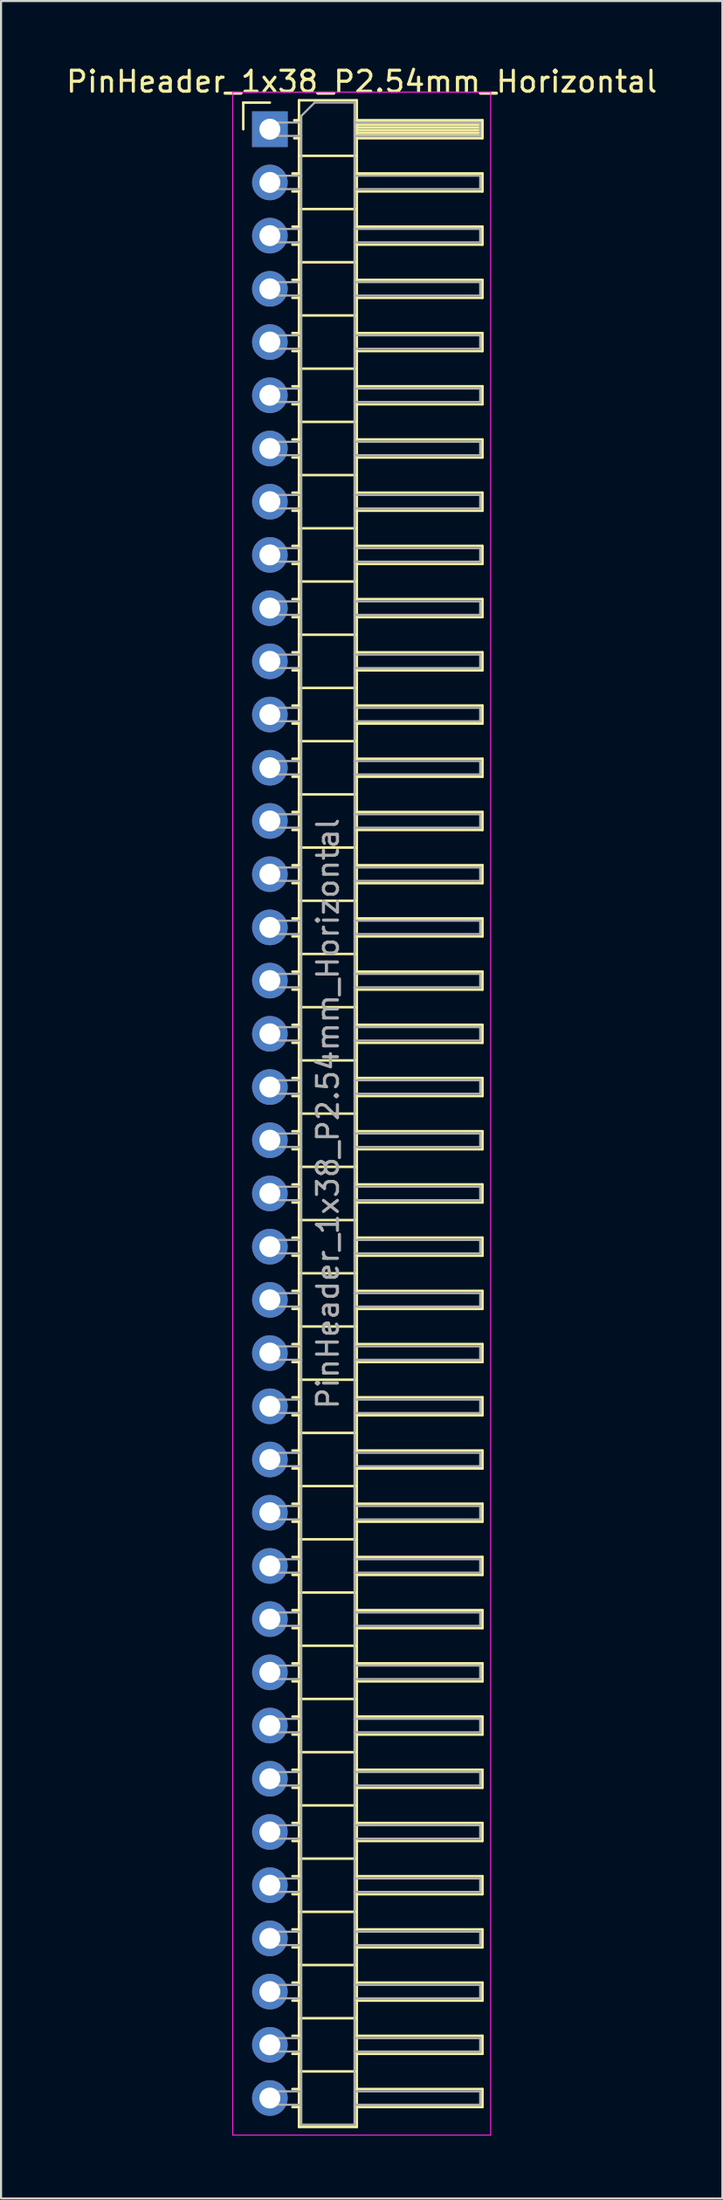
<source format=kicad_pcb>
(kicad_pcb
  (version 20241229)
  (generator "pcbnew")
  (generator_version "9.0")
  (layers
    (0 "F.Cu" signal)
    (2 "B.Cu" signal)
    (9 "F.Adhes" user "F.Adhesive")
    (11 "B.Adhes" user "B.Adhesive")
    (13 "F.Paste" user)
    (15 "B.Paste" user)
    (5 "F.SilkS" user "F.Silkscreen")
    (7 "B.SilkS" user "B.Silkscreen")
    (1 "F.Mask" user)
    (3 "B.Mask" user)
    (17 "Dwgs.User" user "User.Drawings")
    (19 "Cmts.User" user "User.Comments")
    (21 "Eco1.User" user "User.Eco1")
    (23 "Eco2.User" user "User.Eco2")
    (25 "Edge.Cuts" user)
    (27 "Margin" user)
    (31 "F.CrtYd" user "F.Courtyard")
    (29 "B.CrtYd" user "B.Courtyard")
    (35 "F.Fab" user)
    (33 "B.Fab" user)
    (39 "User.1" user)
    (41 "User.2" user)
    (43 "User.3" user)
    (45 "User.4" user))
  (footprint "PinHeader_1x38_P2.54mm_Horizontal"
    (layer "F.Cu")
    (at 9.835 3.118)
    (property "Reference" "PinHeader_1x38_P2.54mm_Horizontal" (at 4.385 -2.27 0) (layer "F.SilkS") (effects (font (size 1 1) (thickness 0.15))))
    (attr through_hole)
    (fp_line (start -1.27 -1.27) (end 0 -1.27) (stroke (width 0.12) (type solid)) (layer "F.SilkS"))
    (fp_line (start -1.27 0) (end -1.27 -1.27) (stroke (width 0.12) (type solid)) (layer "F.SilkS"))
    (fp_line (start 1.077 2.11) (end 1.39 2.11) (stroke (width 0.12) (type solid)) (layer "F.SilkS"))
    (fp_line (start 1.077 2.97) (end 1.39 2.97) (stroke (width 0.12) (type solid)) (layer "F.SilkS"))
    (fp_line (start 1.077 4.65) (end 1.39 4.65) (stroke (width 0.12) (type solid)) (layer "F.SilkS"))
    (fp_line (start 1.077 5.51) (end 1.39 5.51) (stroke (width 0.12) (type solid)) (layer "F.SilkS"))
    (fp_line (start 1.077 7.19) (end 1.39 7.19) (stroke (width 0.12) (type solid)) (layer "F.SilkS"))
    (fp_line (start 1.077 8.05) (end 1.39 8.05) (stroke (width 0.12) (type solid)) (layer "F.SilkS"))
    (fp_line (start 1.077 9.73) (end 1.39 9.73) (stroke (width 0.12) (type solid)) (layer "F.SilkS"))
    (fp_line (start 1.077 10.59) (end 1.39 10.59) (stroke (width 0.12) (type solid)) (layer "F.SilkS"))
    (fp_line (start 1.077 12.27) (end 1.39 12.27) (stroke (width 0.12) (type solid)) (layer "F.SilkS"))
    (fp_line (start 1.077 13.13) (end 1.39 13.13) (stroke (width 0.12) (type solid)) (layer "F.SilkS"))
    (fp_line (start 1.077 14.81) (end 1.39 14.81) (stroke (width 0.12) (type solid)) (layer "F.SilkS"))
    (fp_line (start 1.077 15.67) (end 1.39 15.67) (stroke (width 0.12) (type solid)) (layer "F.SilkS"))
    (fp_line (start 1.077 17.35) (end 1.39 17.35) (stroke (width 0.12) (type solid)) (layer "F.SilkS"))
    (fp_line (start 1.077 18.21) (end 1.39 18.21) (stroke (width 0.12) (type solid)) (layer "F.SilkS"))
    (fp_line (start 1.077 19.89) (end 1.39 19.89) (stroke (width 0.12) (type solid)) (layer "F.SilkS"))
    (fp_line (start 1.077 20.75) (end 1.39 20.75) (stroke (width 0.12) (type solid)) (layer "F.SilkS"))
    (fp_line (start 1.077 22.43) (end 1.39 22.43) (stroke (width 0.12) (type solid)) (layer "F.SilkS"))
    (fp_line (start 1.077 23.29) (end 1.39 23.29) (stroke (width 0.12) (type solid)) (layer "F.SilkS"))
    (fp_line (start 1.077 24.97) (end 1.39 24.97) (stroke (width 0.12) (type solid)) (layer "F.SilkS"))
    (fp_line (start 1.077 25.83) (end 1.39 25.83) (stroke (width 0.12) (type solid)) (layer "F.SilkS"))
    (fp_line (start 1.077 27.51) (end 1.39 27.51) (stroke (width 0.12) (type solid)) (layer "F.SilkS"))
    (fp_line (start 1.077 28.37) (end 1.39 28.37) (stroke (width 0.12) (type solid)) (layer "F.SilkS"))
    (fp_line (start 1.077 30.05) (end 1.39 30.05) (stroke (width 0.12) (type solid)) (layer "F.SilkS"))
    (fp_line (start 1.077 30.91) (end 1.39 30.91) (stroke (width 0.12) (type solid)) (layer "F.SilkS"))
    (fp_line (start 1.077 32.59) (end 1.39 32.59) (stroke (width 0.12) (type solid)) (layer "F.SilkS"))
    (fp_line (start 1.077 33.45) (end 1.39 33.45) (stroke (width 0.12) (type solid)) (layer "F.SilkS"))
    (fp_line (start 1.077 35.13) (end 1.39 35.13) (stroke (width 0.12) (type solid)) (layer "F.SilkS"))
    (fp_line (start 1.077 35.99) (end 1.39 35.99) (stroke (width 0.12) (type solid)) (layer "F.SilkS"))
    (fp_line (start 1.077 37.67) (end 1.39 37.67) (stroke (width 0.12) (type solid)) (layer "F.SilkS"))
    (fp_line (start 1.077 38.53) (end 1.39 38.53) (stroke (width 0.12) (type solid)) (layer "F.SilkS"))
    (fp_line (start 1.077 40.21) (end 1.39 40.21) (stroke (width 0.12) (type solid)) (layer "F.SilkS"))
    (fp_line (start 1.077 41.07) (end 1.39 41.07) (stroke (width 0.12) (type solid)) (layer "F.SilkS"))
    (fp_line (start 1.077 42.75) (end 1.39 42.75) (stroke (width 0.12) (type solid)) (layer "F.SilkS"))
    (fp_line (start 1.077 43.61) (end 1.39 43.61) (stroke (width 0.12) (type solid)) (layer "F.SilkS"))
    (fp_line (start 1.077 45.29) (end 1.39 45.29) (stroke (width 0.12) (type solid)) (layer "F.SilkS"))
    (fp_line (start 1.077 46.15) (end 1.39 46.15) (stroke (width 0.12) (type solid)) (layer "F.SilkS"))
    (fp_line (start 1.077 47.83) (end 1.39 47.83) (stroke (width 0.12) (type solid)) (layer "F.SilkS"))
    (fp_line (start 1.077 48.69) (end 1.39 48.69) (stroke (width 0.12) (type solid)) (layer "F.SilkS"))
    (fp_line (start 1.077 50.37) (end 1.39 50.37) (stroke (width 0.12) (type solid)) (layer "F.SilkS"))
    (fp_line (start 1.077 51.23) (end 1.39 51.23) (stroke (width 0.12) (type solid)) (layer "F.SilkS"))
    (fp_line (start 1.077 52.91) (end 1.39 52.91) (stroke (width 0.12) (type solid)) (layer "F.SilkS"))
    (fp_line (start 1.077 53.77) (end 1.39 53.77) (stroke (width 0.12) (type solid)) (layer "F.SilkS"))
    (fp_line (start 1.077 55.45) (end 1.39 55.45) (stroke (width 0.12) (type solid)) (layer "F.SilkS"))
    (fp_line (start 1.077 56.31) (end 1.39 56.31) (stroke (width 0.12) (type solid)) (layer "F.SilkS"))
    (fp_line (start 1.077 57.99) (end 1.39 57.99) (stroke (width 0.12) (type solid)) (layer "F.SilkS"))
    (fp_line (start 1.077 58.85) (end 1.39 58.85) (stroke (width 0.12) (type solid)) (layer "F.SilkS"))
    (fp_line (start 1.077 60.53) (end 1.39 60.53) (stroke (width 0.12) (type solid)) (layer "F.SilkS"))
    (fp_line (start 1.077 61.39) (end 1.39 61.39) (stroke (width 0.12) (type solid)) (layer "F.SilkS"))
    (fp_line (start 1.077 63.07) (end 1.39 63.07) (stroke (width 0.12) (type solid)) (layer "F.SilkS"))
    (fp_line (start 1.077 63.93) (end 1.39 63.93) (stroke (width 0.12) (type solid)) (layer "F.SilkS"))
    (fp_line (start 1.077 65.61) (end 1.39 65.61) (stroke (width 0.12) (type solid)) (layer "F.SilkS"))
    (fp_line (start 1.077 66.47) (end 1.39 66.47) (stroke (width 0.12) (type solid)) (layer "F.SilkS"))
    (fp_line (start 1.077 68.15) (end 1.39 68.15) (stroke (width 0.12) (type solid)) (layer "F.SilkS"))
    (fp_line (start 1.077 69.01) (end 1.39 69.01) (stroke (width 0.12) (type solid)) (layer "F.SilkS"))
    (fp_line (start 1.077 70.69) (end 1.39 70.69) (stroke (width 0.12) (type solid)) (layer "F.SilkS"))
    (fp_line (start 1.077 71.55) (end 1.39 71.55) (stroke (width 0.12) (type solid)) (layer "F.SilkS"))
    (fp_line (start 1.077 73.23) (end 1.39 73.23) (stroke (width 0.12) (type solid)) (layer "F.SilkS"))
    (fp_line (start 1.077 74.09) (end 1.39 74.09) (stroke (width 0.12) (type solid)) (layer "F.SilkS"))
    (fp_line (start 1.077 75.77) (end 1.39 75.77) (stroke (width 0.12) (type solid)) (layer "F.SilkS"))
    (fp_line (start 1.077 76.63) (end 1.39 76.63) (stroke (width 0.12) (type solid)) (layer "F.SilkS"))
    (fp_line (start 1.077 78.31) (end 1.39 78.31) (stroke (width 0.12) (type solid)) (layer "F.SilkS"))
    (fp_line (start 1.077 79.17) (end 1.39 79.17) (stroke (width 0.12) (type solid)) (layer "F.SilkS"))
    (fp_line (start 1.077 80.85) (end 1.39 80.85) (stroke (width 0.12) (type solid)) (layer "F.SilkS"))
    (fp_line (start 1.077 81.71) (end 1.39 81.71) (stroke (width 0.12) (type solid)) (layer "F.SilkS"))
    (fp_line (start 1.077 83.39) (end 1.39 83.39) (stroke (width 0.12) (type solid)) (layer "F.SilkS"))
    (fp_line (start 1.077 84.25) (end 1.39 84.25) (stroke (width 0.12) (type solid)) (layer "F.SilkS"))
    (fp_line (start 1.077 85.93) (end 1.39 85.93) (stroke (width 0.12) (type solid)) (layer "F.SilkS"))
    (fp_line (start 1.077 86.79) (end 1.39 86.79) (stroke (width 0.12) (type solid)) (layer "F.SilkS"))
    (fp_line (start 1.077 88.47) (end 1.39 88.47) (stroke (width 0.12) (type solid)) (layer "F.SilkS"))
    (fp_line (start 1.077 89.33) (end 1.39 89.33) (stroke (width 0.12) (type solid)) (layer "F.SilkS"))
    (fp_line (start 1.077 91.01) (end 1.39 91.01) (stroke (width 0.12) (type solid)) (layer "F.SilkS"))
    (fp_line (start 1.077 91.87) (end 1.39 91.87) (stroke (width 0.12) (type solid)) (layer "F.SilkS"))
    (fp_line (start 1.077 93.55) (end 1.39 93.55) (stroke (width 0.12) (type solid)) (layer "F.SilkS"))
    (fp_line (start 1.077 94.41) (end 1.39 94.41) (stroke (width 0.12) (type solid)) (layer "F.SilkS"))
    (fp_line (start 1.16 -0.43) (end 1.39 -0.43) (stroke (width 0.12) (type solid)) (layer "F.SilkS"))
    (fp_line (start 1.16 0.43) (end 1.39 0.43) (stroke (width 0.12) (type solid)) (layer "F.SilkS"))
    (fp_line (start 1.39 -1.38) (end 1.39 95.36) (stroke (width 0.12) (type solid)) (layer "F.SilkS"))
    (fp_line (start 1.39 1.27) (end 4.15 1.27) (stroke (width 0.12) (type solid)) (layer "F.SilkS"))
    (fp_line (start 1.39 3.81) (end 4.15 3.81) (stroke (width 0.12) (type solid)) (layer "F.SilkS"))
    (fp_line (start 1.39 6.35) (end 4.15 6.35) (stroke (width 0.12) (type solid)) (layer "F.SilkS"))
    (fp_line (start 1.39 8.89) (end 4.15 8.89) (stroke (width 0.12) (type solid)) (layer "F.SilkS"))
    (fp_line (start 1.39 11.43) (end 4.15 11.43) (stroke (width 0.12) (type solid)) (layer "F.SilkS"))
    (fp_line (start 1.39 13.97) (end 4.15 13.97) (stroke (width 0.12) (type solid)) (layer "F.SilkS"))
    (fp_line (start 1.39 16.51) (end 4.15 16.51) (stroke (width 0.12) (type solid)) (layer "F.SilkS"))
    (fp_line (start 1.39 19.05) (end 4.15 19.05) (stroke (width 0.12) (type solid)) (layer "F.SilkS"))
    (fp_line (start 1.39 21.59) (end 4.15 21.59) (stroke (width 0.12) (type solid)) (layer "F.SilkS"))
    (fp_line (start 1.39 24.13) (end 4.15 24.13) (stroke (width 0.12) (type solid)) (layer "F.SilkS"))
    (fp_line (start 1.39 26.67) (end 4.15 26.67) (stroke (width 0.12) (type solid)) (layer "F.SilkS"))
    (fp_line (start 1.39 29.21) (end 4.15 29.21) (stroke (width 0.12) (type solid)) (layer "F.SilkS"))
    (fp_line (start 1.39 31.75) (end 4.15 31.75) (stroke (width 0.12) (type solid)) (layer "F.SilkS"))
    (fp_line (start 1.39 34.29) (end 4.15 34.29) (stroke (width 0.12) (type solid)) (layer "F.SilkS"))
    (fp_line (start 1.39 36.83) (end 4.15 36.83) (stroke (width 0.12) (type solid)) (layer "F.SilkS"))
    (fp_line (start 1.39 39.37) (end 4.15 39.37) (stroke (width 0.12) (type solid)) (layer "F.SilkS"))
    (fp_line (start 1.39 41.91) (end 4.15 41.91) (stroke (width 0.12) (type solid)) (layer "F.SilkS"))
    (fp_line (start 1.39 44.45) (end 4.15 44.45) (stroke (width 0.12) (type solid)) (layer "F.SilkS"))
    (fp_line (start 1.39 46.99) (end 4.15 46.99) (stroke (width 0.12) (type solid)) (layer "F.SilkS"))
    (fp_line (start 1.39 49.53) (end 4.15 49.53) (stroke (width 0.12) (type solid)) (layer "F.SilkS"))
    (fp_line (start 1.39 52.07) (end 4.15 52.07) (stroke (width 0.12) (type solid)) (layer "F.SilkS"))
    (fp_line (start 1.39 54.61) (end 4.15 54.61) (stroke (width 0.12) (type solid)) (layer "F.SilkS"))
    (fp_line (start 1.39 57.15) (end 4.15 57.15) (stroke (width 0.12) (type solid)) (layer "F.SilkS"))
    (fp_line (start 1.39 59.69) (end 4.15 59.69) (stroke (width 0.12) (type solid)) (layer "F.SilkS"))
    (fp_line (start 1.39 62.23) (end 4.15 62.23) (stroke (width 0.12) (type solid)) (layer "F.SilkS"))
    (fp_line (start 1.39 64.77) (end 4.15 64.77) (stroke (width 0.12) (type solid)) (layer "F.SilkS"))
    (fp_line (start 1.39 67.31) (end 4.15 67.31) (stroke (width 0.12) (type solid)) (layer "F.SilkS"))
    (fp_line (start 1.39 69.85) (end 4.15 69.85) (stroke (width 0.12) (type solid)) (layer "F.SilkS"))
    (fp_line (start 1.39 72.39) (end 4.15 72.39) (stroke (width 0.12) (type solid)) (layer "F.SilkS"))
    (fp_line (start 1.39 74.93) (end 4.15 74.93) (stroke (width 0.12) (type solid)) (layer "F.SilkS"))
    (fp_line (start 1.39 77.47) (end 4.15 77.47) (stroke (width 0.12) (type solid)) (layer "F.SilkS"))
    (fp_line (start 1.39 80.01) (end 4.15 80.01) (stroke (width 0.12) (type solid)) (layer "F.SilkS"))
    (fp_line (start 1.39 82.55) (end 4.15 82.55) (stroke (width 0.12) (type solid)) (layer "F.SilkS"))
    (fp_line (start 1.39 85.09) (end 4.15 85.09) (stroke (width 0.12) (type solid)) (layer "F.SilkS"))
    (fp_line (start 1.39 87.63) (end 4.15 87.63) (stroke (width 0.12) (type solid)) (layer "F.SilkS"))
    (fp_line (start 1.39 90.17) (end 4.15 90.17) (stroke (width 0.12) (type solid)) (layer "F.SilkS"))
    (fp_line (start 1.39 92.71) (end 4.15 92.71) (stroke (width 0.12) (type solid)) (layer "F.SilkS"))
    (fp_line (start 1.39 95.36) (end 4.15 95.36) (stroke (width 0.12) (type solid)) (layer "F.SilkS"))
    (fp_line (start 4.15 -1.38) (end 1.39 -1.38) (stroke (width 0.12) (type solid)) (layer "F.SilkS"))
    (fp_line (start 4.15 -0.43) (end 10.15 -0.43) (stroke (width 0.12) (type solid)) (layer "F.SilkS"))
    (fp_line (start 4.15 -0.32) (end 10.15 -0.32) (stroke (width 0.12) (type solid)) (layer "F.SilkS"))
    (fp_line (start 4.15 -0.2) (end 10.15 -0.2) (stroke (width 0.12) (type solid)) (layer "F.SilkS"))
    (fp_line (start 4.15 -0.08) (end 10.15 -0.08) (stroke (width 0.12) (type solid)) (layer "F.SilkS"))
    (fp_line (start 4.15 0.04) (end 10.15 0.04) (stroke (width 0.12) (type solid)) (layer "F.SilkS"))
    (fp_line (start 4.15 0.16) (end 10.15 0.16) (stroke (width 0.12) (type solid)) (layer "F.SilkS"))
    (fp_line (start 4.15 0.28) (end 10.15 0.28) (stroke (width 0.12) (type solid)) (layer "F.SilkS"))
    (fp_line (start 4.15 2.11) (end 10.15 2.11) (stroke (width 0.12) (type solid)) (layer "F.SilkS"))
    (fp_line (start 4.15 4.65) (end 10.15 4.65) (stroke (width 0.12) (type solid)) (layer "F.SilkS"))
    (fp_line (start 4.15 7.19) (end 10.15 7.19) (stroke (width 0.12) (type solid)) (layer "F.SilkS"))
    (fp_line (start 4.15 9.73) (end 10.15 9.73) (stroke (width 0.12) (type solid)) (layer "F.SilkS"))
    (fp_line (start 4.15 12.27) (end 10.15 12.27) (stroke (width 0.12) (type solid)) (layer "F.SilkS"))
    (fp_line (start 4.15 14.81) (end 10.15 14.81) (stroke (width 0.12) (type solid)) (layer "F.SilkS"))
    (fp_line (start 4.15 17.35) (end 10.15 17.35) (stroke (width 0.12) (type solid)) (layer "F.SilkS"))
    (fp_line (start 4.15 19.89) (end 10.15 19.89) (stroke (width 0.12) (type solid)) (layer "F.SilkS"))
    (fp_line (start 4.15 22.43) (end 10.15 22.43) (stroke (width 0.12) (type solid)) (layer "F.SilkS"))
    (fp_line (start 4.15 24.97) (end 10.15 24.97) (stroke (width 0.12) (type solid)) (layer "F.SilkS"))
    (fp_line (start 4.15 27.51) (end 10.15 27.51) (stroke (width 0.12) (type solid)) (layer "F.SilkS"))
    (fp_line (start 4.15 30.05) (end 10.15 30.05) (stroke (width 0.12) (type solid)) (layer "F.SilkS"))
    (fp_line (start 4.15 32.59) (end 10.15 32.59) (stroke (width 0.12) (type solid)) (layer "F.SilkS"))
    (fp_line (start 4.15 35.13) (end 10.15 35.13) (stroke (width 0.12) (type solid)) (layer "F.SilkS"))
    (fp_line (start 4.15 37.67) (end 10.15 37.67) (stroke (width 0.12) (type solid)) (layer "F.SilkS"))
    (fp_line (start 4.15 40.21) (end 10.15 40.21) (stroke (width 0.12) (type solid)) (layer "F.SilkS"))
    (fp_line (start 4.15 42.75) (end 10.15 42.75) (stroke (width 0.12) (type solid)) (layer "F.SilkS"))
    (fp_line (start 4.15 45.29) (end 10.15 45.29) (stroke (width 0.12) (type solid)) (layer "F.SilkS"))
    (fp_line (start 4.15 47.83) (end 10.15 47.83) (stroke (width 0.12) (type solid)) (layer "F.SilkS"))
    (fp_line (start 4.15 50.37) (end 10.15 50.37) (stroke (width 0.12) (type solid)) (layer "F.SilkS"))
    (fp_line (start 4.15 52.91) (end 10.15 52.91) (stroke (width 0.12) (type solid)) (layer "F.SilkS"))
    (fp_line (start 4.15 55.45) (end 10.15 55.45) (stroke (width 0.12) (type solid)) (layer "F.SilkS"))
    (fp_line (start 4.15 57.99) (end 10.15 57.99) (stroke (width 0.12) (type solid)) (layer "F.SilkS"))
    (fp_line (start 4.15 60.53) (end 10.15 60.53) (stroke (width 0.12) (type solid)) (layer "F.SilkS"))
    (fp_line (start 4.15 63.07) (end 10.15 63.07) (stroke (width 0.12) (type solid)) (layer "F.SilkS"))
    (fp_line (start 4.15 65.61) (end 10.15 65.61) (stroke (width 0.12) (type solid)) (layer "F.SilkS"))
    (fp_line (start 4.15 68.15) (end 10.15 68.15) (stroke (width 0.12) (type solid)) (layer "F.SilkS"))
    (fp_line (start 4.15 70.69) (end 10.15 70.69) (stroke (width 0.12) (type solid)) (layer "F.SilkS"))
    (fp_line (start 4.15 73.23) (end 10.15 73.23) (stroke (width 0.12) (type solid)) (layer "F.SilkS"))
    (fp_line (start 4.15 75.77) (end 10.15 75.77) (stroke (width 0.12) (type solid)) (layer "F.SilkS"))
    (fp_line (start 4.15 78.31) (end 10.15 78.31) (stroke (width 0.12) (type solid)) (layer "F.SilkS"))
    (fp_line (start 4.15 80.85) (end 10.15 80.85) (stroke (width 0.12) (type solid)) (layer "F.SilkS"))
    (fp_line (start 4.15 83.39) (end 10.15 83.39) (stroke (width 0.12) (type solid)) (layer "F.SilkS"))
    (fp_line (start 4.15 85.93) (end 10.15 85.93) (stroke (width 0.12) (type solid)) (layer "F.SilkS"))
    (fp_line (start 4.15 88.47) (end 10.15 88.47) (stroke (width 0.12) (type solid)) (layer "F.SilkS"))
    (fp_line (start 4.15 91.01) (end 10.15 91.01) (stroke (width 0.12) (type solid)) (layer "F.SilkS"))
    (fp_line (start 4.15 93.55) (end 10.15 93.55) (stroke (width 0.12) (type solid)) (layer "F.SilkS"))
    (fp_line (start 4.15 95.36) (end 4.15 -1.38) (stroke (width 0.12) (type solid)) (layer "F.SilkS"))
    (fp_line (start 10.15 -0.43) (end 10.15 0.43) (stroke (width 0.12) (type solid)) (layer "F.SilkS"))
    (fp_line (start 10.15 0.43) (end 4.15 0.43) (stroke (width 0.12) (type solid)) (layer "F.SilkS"))
    (fp_line (start 10.15 2.11) (end 10.15 2.97) (stroke (width 0.12) (type solid)) (layer "F.SilkS"))
    (fp_line (start 10.15 2.97) (end 4.15 2.97) (stroke (width 0.12) (type solid)) (layer "F.SilkS"))
    (fp_line (start 10.15 4.65) (end 10.15 5.51) (stroke (width 0.12) (type solid)) (layer "F.SilkS"))
    (fp_line (start 10.15 5.51) (end 4.15 5.51) (stroke (width 0.12) (type solid)) (layer "F.SilkS"))
    (fp_line (start 10.15 7.19) (end 10.15 8.05) (stroke (width 0.12) (type solid)) (layer "F.SilkS"))
    (fp_line (start 10.15 8.05) (end 4.15 8.05) (stroke (width 0.12) (type solid)) (layer "F.SilkS"))
    (fp_line (start 10.15 9.73) (end 10.15 10.59) (stroke (width 0.12) (type solid)) (layer "F.SilkS"))
    (fp_line (start 10.15 10.59) (end 4.15 10.59) (stroke (width 0.12) (type solid)) (layer "F.SilkS"))
    (fp_line (start 10.15 12.27) (end 10.15 13.13) (stroke (width 0.12) (type solid)) (layer "F.SilkS"))
    (fp_line (start 10.15 13.13) (end 4.15 13.13) (stroke (width 0.12) (type solid)) (layer "F.SilkS"))
    (fp_line (start 10.15 14.81) (end 10.15 15.67) (stroke (width 0.12) (type solid)) (layer "F.SilkS"))
    (fp_line (start 10.15 15.67) (end 4.15 15.67) (stroke (width 0.12) (type solid)) (layer "F.SilkS"))
    (fp_line (start 10.15 17.35) (end 10.15 18.21) (stroke (width 0.12) (type solid)) (layer "F.SilkS"))
    (fp_line (start 10.15 18.21) (end 4.15 18.21) (stroke (width 0.12) (type solid)) (layer "F.SilkS"))
    (fp_line (start 10.15 19.89) (end 10.15 20.75) (stroke (width 0.12) (type solid)) (layer "F.SilkS"))
    (fp_line (start 10.15 20.75) (end 4.15 20.75) (stroke (width 0.12) (type solid)) (layer "F.SilkS"))
    (fp_line (start 10.15 22.43) (end 10.15 23.29) (stroke (width 0.12) (type solid)) (layer "F.SilkS"))
    (fp_line (start 10.15 23.29) (end 4.15 23.29) (stroke (width 0.12) (type solid)) (layer "F.SilkS"))
    (fp_line (start 10.15 24.97) (end 10.15 25.83) (stroke (width 0.12) (type solid)) (layer "F.SilkS"))
    (fp_line (start 10.15 25.83) (end 4.15 25.83) (stroke (width 0.12) (type solid)) (layer "F.SilkS"))
    (fp_line (start 10.15 27.51) (end 10.15 28.37) (stroke (width 0.12) (type solid)) (layer "F.SilkS"))
    (fp_line (start 10.15 28.37) (end 4.15 28.37) (stroke (width 0.12) (type solid)) (layer "F.SilkS"))
    (fp_line (start 10.15 30.05) (end 10.15 30.91) (stroke (width 0.12) (type solid)) (layer "F.SilkS"))
    (fp_line (start 10.15 30.91) (end 4.15 30.91) (stroke (width 0.12) (type solid)) (layer "F.SilkS"))
    (fp_line (start 10.15 32.59) (end 10.15 33.45) (stroke (width 0.12) (type solid)) (layer "F.SilkS"))
    (fp_line (start 10.15 33.45) (end 4.15 33.45) (stroke (width 0.12) (type solid)) (layer "F.SilkS"))
    (fp_line (start 10.15 35.13) (end 10.15 35.99) (stroke (width 0.12) (type solid)) (layer "F.SilkS"))
    (fp_line (start 10.15 35.99) (end 4.15 35.99) (stroke (width 0.12) (type solid)) (layer "F.SilkS"))
    (fp_line (start 10.15 37.67) (end 10.15 38.53) (stroke (width 0.12) (type solid)) (layer "F.SilkS"))
    (fp_line (start 10.15 38.53) (end 4.15 38.53) (stroke (width 0.12) (type solid)) (layer "F.SilkS"))
    (fp_line (start 10.15 40.21) (end 10.15 41.07) (stroke (width 0.12) (type solid)) (layer "F.SilkS"))
    (fp_line (start 10.15 41.07) (end 4.15 41.07) (stroke (width 0.12) (type solid)) (layer "F.SilkS"))
    (fp_line (start 10.15 42.75) (end 10.15 43.61) (stroke (width 0.12) (type solid)) (layer "F.SilkS"))
    (fp_line (start 10.15 43.61) (end 4.15 43.61) (stroke (width 0.12) (type solid)) (layer "F.SilkS"))
    (fp_line (start 10.15 45.29) (end 10.15 46.15) (stroke (width 0.12) (type solid)) (layer "F.SilkS"))
    (fp_line (start 10.15 46.15) (end 4.15 46.15) (stroke (width 0.12) (type solid)) (layer "F.SilkS"))
    (fp_line (start 10.15 47.83) (end 10.15 48.69) (stroke (width 0.12) (type solid)) (layer "F.SilkS"))
    (fp_line (start 10.15 48.69) (end 4.15 48.69) (stroke (width 0.12) (type solid)) (layer "F.SilkS"))
    (fp_line (start 10.15 50.37) (end 10.15 51.23) (stroke (width 0.12) (type solid)) (layer "F.SilkS"))
    (fp_line (start 10.15 51.23) (end 4.15 51.23) (stroke (width 0.12) (type solid)) (layer "F.SilkS"))
    (fp_line (start 10.15 52.91) (end 10.15 53.77) (stroke (width 0.12) (type solid)) (layer "F.SilkS"))
    (fp_line (start 10.15 53.77) (end 4.15 53.77) (stroke (width 0.12) (type solid)) (layer "F.SilkS"))
    (fp_line (start 10.15 55.45) (end 10.15 56.31) (stroke (width 0.12) (type solid)) (layer "F.SilkS"))
    (fp_line (start 10.15 56.31) (end 4.15 56.31) (stroke (width 0.12) (type solid)) (layer "F.SilkS"))
    (fp_line (start 10.15 57.99) (end 10.15 58.85) (stroke (width 0.12) (type solid)) (layer "F.SilkS"))
    (fp_line (start 10.15 58.85) (end 4.15 58.85) (stroke (width 0.12) (type solid)) (layer "F.SilkS"))
    (fp_line (start 10.15 60.53) (end 10.15 61.39) (stroke (width 0.12) (type solid)) (layer "F.SilkS"))
    (fp_line (start 10.15 61.39) (end 4.15 61.39) (stroke (width 0.12) (type solid)) (layer "F.SilkS"))
    (fp_line (start 10.15 63.07) (end 10.15 63.93) (stroke (width 0.12) (type solid)) (layer "F.SilkS"))
    (fp_line (start 10.15 63.93) (end 4.15 63.93) (stroke (width 0.12) (type solid)) (layer "F.SilkS"))
    (fp_line (start 10.15 65.61) (end 10.15 66.47) (stroke (width 0.12) (type solid)) (layer "F.SilkS"))
    (fp_line (start 10.15 66.47) (end 4.15 66.47) (stroke (width 0.12) (type solid)) (layer "F.SilkS"))
    (fp_line (start 10.15 68.15) (end 10.15 69.01) (stroke (width 0.12) (type solid)) (layer "F.SilkS"))
    (fp_line (start 10.15 69.01) (end 4.15 69.01) (stroke (width 0.12) (type solid)) (layer "F.SilkS"))
    (fp_line (start 10.15 70.69) (end 10.15 71.55) (stroke (width 0.12) (type solid)) (layer "F.SilkS"))
    (fp_line (start 10.15 71.55) (end 4.15 71.55) (stroke (width 0.12) (type solid)) (layer "F.SilkS"))
    (fp_line (start 10.15 73.23) (end 10.15 74.09) (stroke (width 0.12) (type solid)) (layer "F.SilkS"))
    (fp_line (start 10.15 74.09) (end 4.15 74.09) (stroke (width 0.12) (type solid)) (layer "F.SilkS"))
    (fp_line (start 10.15 75.77) (end 10.15 76.63) (stroke (width 0.12) (type solid)) (layer "F.SilkS"))
    (fp_line (start 10.15 76.63) (end 4.15 76.63) (stroke (width 0.12) (type solid)) (layer "F.SilkS"))
    (fp_line (start 10.15 78.31) (end 10.15 79.17) (stroke (width 0.12) (type solid)) (layer "F.SilkS"))
    (fp_line (start 10.15 79.17) (end 4.15 79.17) (stroke (width 0.12) (type solid)) (layer "F.SilkS"))
    (fp_line (start 10.15 80.85) (end 10.15 81.71) (stroke (width 0.12) (type solid)) (layer "F.SilkS"))
    (fp_line (start 10.15 81.71) (end 4.15 81.71) (stroke (width 0.12) (type solid)) (layer "F.SilkS"))
    (fp_line (start 10.15 83.39) (end 10.15 84.25) (stroke (width 0.12) (type solid)) (layer "F.SilkS"))
    (fp_line (start 10.15 84.25) (end 4.15 84.25) (stroke (width 0.12) (type solid)) (layer "F.SilkS"))
    (fp_line (start 10.15 85.93) (end 10.15 86.79) (stroke (width 0.12) (type solid)) (layer "F.SilkS"))
    (fp_line (start 10.15 86.79) (end 4.15 86.79) (stroke (width 0.12) (type solid)) (layer "F.SilkS"))
    (fp_line (start 10.15 88.47) (end 10.15 89.33) (stroke (width 0.12) (type solid)) (layer "F.SilkS"))
    (fp_line (start 10.15 89.33) (end 4.15 89.33) (stroke (width 0.12) (type solid)) (layer "F.SilkS"))
    (fp_line (start 10.15 91.01) (end 10.15 91.87) (stroke (width 0.12) (type solid)) (layer "F.SilkS"))
    (fp_line (start 10.15 91.87) (end 4.15 91.87) (stroke (width 0.12) (type solid)) (layer "F.SilkS"))
    (fp_line (start 10.15 93.55) (end 10.15 94.41) (stroke (width 0.12) (type solid)) (layer "F.SilkS"))
    (fp_line (start 10.15 94.41) (end 4.15 94.41) (stroke (width 0.12) (type solid)) (layer "F.SilkS"))
    (fp_line (start -1.77 -1.77) (end -1.77 95.75) (stroke (width 0.05) (type solid)) (layer "F.CrtYd"))
    (fp_line (start -1.77 95.75) (end 10.54 95.75) (stroke (width 0.05) (type solid)) (layer "F.CrtYd"))
    (fp_line (start 10.54 -1.77) (end -1.77 -1.77) (stroke (width 0.05) (type solid)) (layer "F.CrtYd"))
    (fp_line (start 10.54 95.75) (end 10.54 -1.77) (stroke (width 0.05) (type solid)) (layer "F.CrtYd"))
    (fp_line (start -0.32 -0.32) (end -0.32 0.32) (stroke (width 0.1) (type solid)) (layer "F.Fab"))
    (fp_line (start -0.32 -0.32) (end 1.5 -0.32) (stroke (width 0.1) (type solid)) (layer "F.Fab"))
    (fp_line (start -0.32 0.32) (end 1.5 0.32) (stroke (width 0.1) (type solid)) (layer "F.Fab"))
    (fp_line (start -0.32 2.22) (end -0.32 2.86) (stroke (width 0.1) (type solid)) (layer "F.Fab"))
    (fp_line (start -0.32 2.22) (end 1.5 2.22) (stroke (width 0.1) (type solid)) (layer "F.Fab"))
    (fp_line (start -0.32 2.86) (end 1.5 2.86) (stroke (width 0.1) (type solid)) (layer "F.Fab"))
    (fp_line (start -0.32 4.76) (end -0.32 5.4) (stroke (width 0.1) (type solid)) (layer "F.Fab"))
    (fp_line (start -0.32 4.76) (end 1.5 4.76) (stroke (width 0.1) (type solid)) (layer "F.Fab"))
    (fp_line (start -0.32 5.4) (end 1.5 5.4) (stroke (width 0.1) (type solid)) (layer "F.Fab"))
    (fp_line (start -0.32 7.3) (end -0.32 7.94) (stroke (width 0.1) (type solid)) (layer "F.Fab"))
    (fp_line (start -0.32 7.3) (end 1.5 7.3) (stroke (width 0.1) (type solid)) (layer "F.Fab"))
    (fp_line (start -0.32 7.94) (end 1.5 7.94) (stroke (width 0.1) (type solid)) (layer "F.Fab"))
    (fp_line (start -0.32 9.84) (end -0.32 10.48) (stroke (width 0.1) (type solid)) (layer "F.Fab"))
    (fp_line (start -0.32 9.84) (end 1.5 9.84) (stroke (width 0.1) (type solid)) (layer "F.Fab"))
    (fp_line (start -0.32 10.48) (end 1.5 10.48) (stroke (width 0.1) (type solid)) (layer "F.Fab"))
    (fp_line (start -0.32 12.38) (end -0.32 13.02) (stroke (width 0.1) (type solid)) (layer "F.Fab"))
    (fp_line (start -0.32 12.38) (end 1.5 12.38) (stroke (width 0.1) (type solid)) (layer "F.Fab"))
    (fp_line (start -0.32 13.02) (end 1.5 13.02) (stroke (width 0.1) (type solid)) (layer "F.Fab"))
    (fp_line (start -0.32 14.92) (end -0.32 15.56) (stroke (width 0.1) (type solid)) (layer "F.Fab"))
    (fp_line (start -0.32 14.92) (end 1.5 14.92) (stroke (width 0.1) (type solid)) (layer "F.Fab"))
    (fp_line (start -0.32 15.56) (end 1.5 15.56) (stroke (width 0.1) (type solid)) (layer "F.Fab"))
    (fp_line (start -0.32 17.46) (end -0.32 18.1) (stroke (width 0.1) (type solid)) (layer "F.Fab"))
    (fp_line (start -0.32 17.46) (end 1.5 17.46) (stroke (width 0.1) (type solid)) (layer "F.Fab"))
    (fp_line (start -0.32 18.1) (end 1.5 18.1) (stroke (width 0.1) (type solid)) (layer "F.Fab"))
    (fp_line (start -0.32 20) (end -0.32 20.64) (stroke (width 0.1) (type solid)) (layer "F.Fab"))
    (fp_line (start -0.32 20) (end 1.5 20) (stroke (width 0.1) (type solid)) (layer "F.Fab"))
    (fp_line (start -0.32 20.64) (end 1.5 20.64) (stroke (width 0.1) (type solid)) (layer "F.Fab"))
    (fp_line (start -0.32 22.54) (end -0.32 23.18) (stroke (width 0.1) (type solid)) (layer "F.Fab"))
    (fp_line (start -0.32 22.54) (end 1.5 22.54) (stroke (width 0.1) (type solid)) (layer "F.Fab"))
    (fp_line (start -0.32 23.18) (end 1.5 23.18) (stroke (width 0.1) (type solid)) (layer "F.Fab"))
    (fp_line (start -0.32 25.08) (end -0.32 25.72) (stroke (width 0.1) (type solid)) (layer "F.Fab"))
    (fp_line (start -0.32 25.08) (end 1.5 25.08) (stroke (width 0.1) (type solid)) (layer "F.Fab"))
    (fp_line (start -0.32 25.72) (end 1.5 25.72) (stroke (width 0.1) (type solid)) (layer "F.Fab"))
    (fp_line (start -0.32 27.62) (end -0.32 28.26) (stroke (width 0.1) (type solid)) (layer "F.Fab"))
    (fp_line (start -0.32 27.62) (end 1.5 27.62) (stroke (width 0.1) (type solid)) (layer "F.Fab"))
    (fp_line (start -0.32 28.26) (end 1.5 28.26) (stroke (width 0.1) (type solid)) (layer "F.Fab"))
    (fp_line (start -0.32 30.16) (end -0.32 30.8) (stroke (width 0.1) (type solid)) (layer "F.Fab"))
    (fp_line (start -0.32 30.16) (end 1.5 30.16) (stroke (width 0.1) (type solid)) (layer "F.Fab"))
    (fp_line (start -0.32 30.8) (end 1.5 30.8) (stroke (width 0.1) (type solid)) (layer "F.Fab"))
    (fp_line (start -0.32 32.7) (end -0.32 33.34) (stroke (width 0.1) (type solid)) (layer "F.Fab"))
    (fp_line (start -0.32 32.7) (end 1.5 32.7) (stroke (width 0.1) (type solid)) (layer "F.Fab"))
    (fp_line (start -0.32 33.34) (end 1.5 33.34) (stroke (width 0.1) (type solid)) (layer "F.Fab"))
    (fp_line (start -0.32 35.24) (end -0.32 35.88) (stroke (width 0.1) (type solid)) (layer "F.Fab"))
    (fp_line (start -0.32 35.24) (end 1.5 35.24) (stroke (width 0.1) (type solid)) (layer "F.Fab"))
    (fp_line (start -0.32 35.88) (end 1.5 35.88) (stroke (width 0.1) (type solid)) (layer "F.Fab"))
    (fp_line (start -0.32 37.78) (end -0.32 38.42) (stroke (width 0.1) (type solid)) (layer "F.Fab"))
    (fp_line (start -0.32 37.78) (end 1.5 37.78) (stroke (width 0.1) (type solid)) (layer "F.Fab"))
    (fp_line (start -0.32 38.42) (end 1.5 38.42) (stroke (width 0.1) (type solid)) (layer "F.Fab"))
    (fp_line (start -0.32 40.32) (end -0.32 40.96) (stroke (width 0.1) (type solid)) (layer "F.Fab"))
    (fp_line (start -0.32 40.32) (end 1.5 40.32) (stroke (width 0.1) (type solid)) (layer "F.Fab"))
    (fp_line (start -0.32 40.96) (end 1.5 40.96) (stroke (width 0.1) (type solid)) (layer "F.Fab"))
    (fp_line (start -0.32 42.86) (end -0.32 43.5) (stroke (width 0.1) (type solid)) (layer "F.Fab"))
    (fp_line (start -0.32 42.86) (end 1.5 42.86) (stroke (width 0.1) (type solid)) (layer "F.Fab"))
    (fp_line (start -0.32 43.5) (end 1.5 43.5) (stroke (width 0.1) (type solid)) (layer "F.Fab"))
    (fp_line (start -0.32 45.4) (end -0.32 46.04) (stroke (width 0.1) (type solid)) (layer "F.Fab"))
    (fp_line (start -0.32 45.4) (end 1.5 45.4) (stroke (width 0.1) (type solid)) (layer "F.Fab"))
    (fp_line (start -0.32 46.04) (end 1.5 46.04) (stroke (width 0.1) (type solid)) (layer "F.Fab"))
    (fp_line (start -0.32 47.94) (end -0.32 48.58) (stroke (width 0.1) (type solid)) (layer "F.Fab"))
    (fp_line (start -0.32 47.94) (end 1.5 47.94) (stroke (width 0.1) (type solid)) (layer "F.Fab"))
    (fp_line (start -0.32 48.58) (end 1.5 48.58) (stroke (width 0.1) (type solid)) (layer "F.Fab"))
    (fp_line (start -0.32 50.48) (end -0.32 51.12) (stroke (width 0.1) (type solid)) (layer "F.Fab"))
    (fp_line (start -0.32 50.48) (end 1.5 50.48) (stroke (width 0.1) (type solid)) (layer "F.Fab"))
    (fp_line (start -0.32 51.12) (end 1.5 51.12) (stroke (width 0.1) (type solid)) (layer "F.Fab"))
    (fp_line (start -0.32 53.02) (end -0.32 53.66) (stroke (width 0.1) (type solid)) (layer "F.Fab"))
    (fp_line (start -0.32 53.02) (end 1.5 53.02) (stroke (width 0.1) (type solid)) (layer "F.Fab"))
    (fp_line (start -0.32 53.66) (end 1.5 53.66) (stroke (width 0.1) (type solid)) (layer "F.Fab"))
    (fp_line (start -0.32 55.56) (end -0.32 56.2) (stroke (width 0.1) (type solid)) (layer "F.Fab"))
    (fp_line (start -0.32 55.56) (end 1.5 55.56) (stroke (width 0.1) (type solid)) (layer "F.Fab"))
    (fp_line (start -0.32 56.2) (end 1.5 56.2) (stroke (width 0.1) (type solid)) (layer "F.Fab"))
    (fp_line (start -0.32 58.1) (end -0.32 58.74) (stroke (width 0.1) (type solid)) (layer "F.Fab"))
    (fp_line (start -0.32 58.1) (end 1.5 58.1) (stroke (width 0.1) (type solid)) (layer "F.Fab"))
    (fp_line (start -0.32 58.74) (end 1.5 58.74) (stroke (width 0.1) (type solid)) (layer "F.Fab"))
    (fp_line (start -0.32 60.64) (end -0.32 61.28) (stroke (width 0.1) (type solid)) (layer "F.Fab"))
    (fp_line (start -0.32 60.64) (end 1.5 60.64) (stroke (width 0.1) (type solid)) (layer "F.Fab"))
    (fp_line (start -0.32 61.28) (end 1.5 61.28) (stroke (width 0.1) (type solid)) (layer "F.Fab"))
    (fp_line (start -0.32 63.18) (end -0.32 63.82) (stroke (width 0.1) (type solid)) (layer "F.Fab"))
    (fp_line (start -0.32 63.18) (end 1.5 63.18) (stroke (width 0.1) (type solid)) (layer "F.Fab"))
    (fp_line (start -0.32 63.82) (end 1.5 63.82) (stroke (width 0.1) (type solid)) (layer "F.Fab"))
    (fp_line (start -0.32 65.72) (end -0.32 66.36) (stroke (width 0.1) (type solid)) (layer "F.Fab"))
    (fp_line (start -0.32 65.72) (end 1.5 65.72) (stroke (width 0.1) (type solid)) (layer "F.Fab"))
    (fp_line (start -0.32 66.36) (end 1.5 66.36) (stroke (width 0.1) (type solid)) (layer "F.Fab"))
    (fp_line (start -0.32 68.26) (end -0.32 68.9) (stroke (width 0.1) (type solid)) (layer "F.Fab"))
    (fp_line (start -0.32 68.26) (end 1.5 68.26) (stroke (width 0.1) (type solid)) (layer "F.Fab"))
    (fp_line (start -0.32 68.9) (end 1.5 68.9) (stroke (width 0.1) (type solid)) (layer "F.Fab"))
    (fp_line (start -0.32 70.8) (end -0.32 71.44) (stroke (width 0.1) (type solid)) (layer "F.Fab"))
    (fp_line (start -0.32 70.8) (end 1.5 70.8) (stroke (width 0.1) (type solid)) (layer "F.Fab"))
    (fp_line (start -0.32 71.44) (end 1.5 71.44) (stroke (width 0.1) (type solid)) (layer "F.Fab"))
    (fp_line (start -0.32 73.34) (end -0.32 73.98) (stroke (width 0.1) (type solid)) (layer "F.Fab"))
    (fp_line (start -0.32 73.34) (end 1.5 73.34) (stroke (width 0.1) (type solid)) (layer "F.Fab"))
    (fp_line (start -0.32 73.98) (end 1.5 73.98) (stroke (width 0.1) (type solid)) (layer "F.Fab"))
    (fp_line (start -0.32 75.88) (end -0.32 76.52) (stroke (width 0.1) (type solid)) (layer "F.Fab"))
    (fp_line (start -0.32 75.88) (end 1.5 75.88) (stroke (width 0.1) (type solid)) (layer "F.Fab"))
    (fp_line (start -0.32 76.52) (end 1.5 76.52) (stroke (width 0.1) (type solid)) (layer "F.Fab"))
    (fp_line (start -0.32 78.42) (end -0.32 79.06) (stroke (width 0.1) (type solid)) (layer "F.Fab"))
    (fp_line (start -0.32 78.42) (end 1.5 78.42) (stroke (width 0.1) (type solid)) (layer "F.Fab"))
    (fp_line (start -0.32 79.06) (end 1.5 79.06) (stroke (width 0.1) (type solid)) (layer "F.Fab"))
    (fp_line (start -0.32 80.96) (end -0.32 81.6) (stroke (width 0.1) (type solid)) (layer "F.Fab"))
    (fp_line (start -0.32 80.96) (end 1.5 80.96) (stroke (width 0.1) (type solid)) (layer "F.Fab"))
    (fp_line (start -0.32 81.6) (end 1.5 81.6) (stroke (width 0.1) (type solid)) (layer "F.Fab"))
    (fp_line (start -0.32 83.5) (end -0.32 84.14) (stroke (width 0.1) (type solid)) (layer "F.Fab"))
    (fp_line (start -0.32 83.5) (end 1.5 83.5) (stroke (width 0.1) (type solid)) (layer "F.Fab"))
    (fp_line (start -0.32 84.14) (end 1.5 84.14) (stroke (width 0.1) (type solid)) (layer "F.Fab"))
    (fp_line (start -0.32 86.04) (end -0.32 86.68) (stroke (width 0.1) (type solid)) (layer "F.Fab"))
    (fp_line (start -0.32 86.04) (end 1.5 86.04) (stroke (width 0.1) (type solid)) (layer "F.Fab"))
    (fp_line (start -0.32 86.68) (end 1.5 86.68) (stroke (width 0.1) (type solid)) (layer "F.Fab"))
    (fp_line (start -0.32 88.58) (end -0.32 89.22) (stroke (width 0.1) (type solid)) (layer "F.Fab"))
    (fp_line (start -0.32 88.58) (end 1.5 88.58) (stroke (width 0.1) (type solid)) (layer "F.Fab"))
    (fp_line (start -0.32 89.22) (end 1.5 89.22) (stroke (width 0.1) (type solid)) (layer "F.Fab"))
    (fp_line (start -0.32 91.12) (end -0.32 91.76) (stroke (width 0.1) (type solid)) (layer "F.Fab"))
    (fp_line (start -0.32 91.12) (end 1.5 91.12) (stroke (width 0.1) (type solid)) (layer "F.Fab"))
    (fp_line (start -0.32 91.76) (end 1.5 91.76) (stroke (width 0.1) (type solid)) (layer "F.Fab"))
    (fp_line (start -0.32 93.66) (end -0.32 94.3) (stroke (width 0.1) (type solid)) (layer "F.Fab"))
    (fp_line (start -0.32 93.66) (end 1.5 93.66) (stroke (width 0.1) (type solid)) (layer "F.Fab"))
    (fp_line (start -0.32 94.3) (end 1.5 94.3) (stroke (width 0.1) (type solid)) (layer "F.Fab"))
    (fp_line (start 1.5 -0.635) (end 2.135 -1.27) (stroke (width 0.1) (type solid)) (layer "F.Fab"))
    (fp_line (start 1.5 95.25) (end 1.5 -0.635) (stroke (width 0.1) (type solid)) (layer "F.Fab"))
    (fp_line (start 2.135 -1.27) (end 4.04 -1.27) (stroke (width 0.1) (type solid)) (layer "F.Fab"))
    (fp_line (start 4.04 -1.27) (end 4.04 95.25) (stroke (width 0.1) (type solid)) (layer "F.Fab"))
    (fp_line (start 4.04 -0.32) (end 10.04 -0.32) (stroke (width 0.1) (type solid)) (layer "F.Fab"))
    (fp_line (start 4.04 0.32) (end 10.04 0.32) (stroke (width 0.1) (type solid)) (layer "F.Fab"))
    (fp_line (start 4.04 2.22) (end 10.04 2.22) (stroke (width 0.1) (type solid)) (layer "F.Fab"))
    (fp_line (start 4.04 2.86) (end 10.04 2.86) (stroke (width 0.1) (type solid)) (layer "F.Fab"))
    (fp_line (start 4.04 4.76) (end 10.04 4.76) (stroke (width 0.1) (type solid)) (layer "F.Fab"))
    (fp_line (start 4.04 5.4) (end 10.04 5.4) (stroke (width 0.1) (type solid)) (layer "F.Fab"))
    (fp_line (start 4.04 7.3) (end 10.04 7.3) (stroke (width 0.1) (type solid)) (layer "F.Fab"))
    (fp_line (start 4.04 7.94) (end 10.04 7.94) (stroke (width 0.1) (type solid)) (layer "F.Fab"))
    (fp_line (start 4.04 9.84) (end 10.04 9.84) (stroke (width 0.1) (type solid)) (layer "F.Fab"))
    (fp_line (start 4.04 10.48) (end 10.04 10.48) (stroke (width 0.1) (type solid)) (layer "F.Fab"))
    (fp_line (start 4.04 12.38) (end 10.04 12.38) (stroke (width 0.1) (type solid)) (layer "F.Fab"))
    (fp_line (start 4.04 13.02) (end 10.04 13.02) (stroke (width 0.1) (type solid)) (layer "F.Fab"))
    (fp_line (start 4.04 14.92) (end 10.04 14.92) (stroke (width 0.1) (type solid)) (layer "F.Fab"))
    (fp_line (start 4.04 15.56) (end 10.04 15.56) (stroke (width 0.1) (type solid)) (layer "F.Fab"))
    (fp_line (start 4.04 17.46) (end 10.04 17.46) (stroke (width 0.1) (type solid)) (layer "F.Fab"))
    (fp_line (start 4.04 18.1) (end 10.04 18.1) (stroke (width 0.1) (type solid)) (layer "F.Fab"))
    (fp_line (start 4.04 20) (end 10.04 20) (stroke (width 0.1) (type solid)) (layer "F.Fab"))
    (fp_line (start 4.04 20.64) (end 10.04 20.64) (stroke (width 0.1) (type solid)) (layer "F.Fab"))
    (fp_line (start 4.04 22.54) (end 10.04 22.54) (stroke (width 0.1) (type solid)) (layer "F.Fab"))
    (fp_line (start 4.04 23.18) (end 10.04 23.18) (stroke (width 0.1) (type solid)) (layer "F.Fab"))
    (fp_line (start 4.04 25.08) (end 10.04 25.08) (stroke (width 0.1) (type solid)) (layer "F.Fab"))
    (fp_line (start 4.04 25.72) (end 10.04 25.72) (stroke (width 0.1) (type solid)) (layer "F.Fab"))
    (fp_line (start 4.04 27.62) (end 10.04 27.62) (stroke (width 0.1) (type solid)) (layer "F.Fab"))
    (fp_line (start 4.04 28.26) (end 10.04 28.26) (stroke (width 0.1) (type solid)) (layer "F.Fab"))
    (fp_line (start 4.04 30.16) (end 10.04 30.16) (stroke (width 0.1) (type solid)) (layer "F.Fab"))
    (fp_line (start 4.04 30.8) (end 10.04 30.8) (stroke (width 0.1) (type solid)) (layer "F.Fab"))
    (fp_line (start 4.04 32.7) (end 10.04 32.7) (stroke (width 0.1) (type solid)) (layer "F.Fab"))
    (fp_line (start 4.04 33.34) (end 10.04 33.34) (stroke (width 0.1) (type solid)) (layer "F.Fab"))
    (fp_line (start 4.04 35.24) (end 10.04 35.24) (stroke (width 0.1) (type solid)) (layer "F.Fab"))
    (fp_line (start 4.04 35.88) (end 10.04 35.88) (stroke (width 0.1) (type solid)) (layer "F.Fab"))
    (fp_line (start 4.04 37.78) (end 10.04 37.78) (stroke (width 0.1) (type solid)) (layer "F.Fab"))
    (fp_line (start 4.04 38.42) (end 10.04 38.42) (stroke (width 0.1) (type solid)) (layer "F.Fab"))
    (fp_line (start 4.04 40.32) (end 10.04 40.32) (stroke (width 0.1) (type solid)) (layer "F.Fab"))
    (fp_line (start 4.04 40.96) (end 10.04 40.96) (stroke (width 0.1) (type solid)) (layer "F.Fab"))
    (fp_line (start 4.04 42.86) (end 10.04 42.86) (stroke (width 0.1) (type solid)) (layer "F.Fab"))
    (fp_line (start 4.04 43.5) (end 10.04 43.5) (stroke (width 0.1) (type solid)) (layer "F.Fab"))
    (fp_line (start 4.04 45.4) (end 10.04 45.4) (stroke (width 0.1) (type solid)) (layer "F.Fab"))
    (fp_line (start 4.04 46.04) (end 10.04 46.04) (stroke (width 0.1) (type solid)) (layer "F.Fab"))
    (fp_line (start 4.04 47.94) (end 10.04 47.94) (stroke (width 0.1) (type solid)) (layer "F.Fab"))
    (fp_line (start 4.04 48.58) (end 10.04 48.58) (stroke (width 0.1) (type solid)) (layer "F.Fab"))
    (fp_line (start 4.04 50.48) (end 10.04 50.48) (stroke (width 0.1) (type solid)) (layer "F.Fab"))
    (fp_line (start 4.04 51.12) (end 10.04 51.12) (stroke (width 0.1) (type solid)) (layer "F.Fab"))
    (fp_line (start 4.04 53.02) (end 10.04 53.02) (stroke (width 0.1) (type solid)) (layer "F.Fab"))
    (fp_line (start 4.04 53.66) (end 10.04 53.66) (stroke (width 0.1) (type solid)) (layer "F.Fab"))
    (fp_line (start 4.04 55.56) (end 10.04 55.56) (stroke (width 0.1) (type solid)) (layer "F.Fab"))
    (fp_line (start 4.04 56.2) (end 10.04 56.2) (stroke (width 0.1) (type solid)) (layer "F.Fab"))
    (fp_line (start 4.04 58.1) (end 10.04 58.1) (stroke (width 0.1) (type solid)) (layer "F.Fab"))
    (fp_line (start 4.04 58.74) (end 10.04 58.74) (stroke (width 0.1) (type solid)) (layer "F.Fab"))
    (fp_line (start 4.04 60.64) (end 10.04 60.64) (stroke (width 0.1) (type solid)) (layer "F.Fab"))
    (fp_line (start 4.04 61.28) (end 10.04 61.28) (stroke (width 0.1) (type solid)) (layer "F.Fab"))
    (fp_line (start 4.04 63.18) (end 10.04 63.18) (stroke (width 0.1) (type solid)) (layer "F.Fab"))
    (fp_line (start 4.04 63.82) (end 10.04 63.82) (stroke (width 0.1) (type solid)) (layer "F.Fab"))
    (fp_line (start 4.04 65.72) (end 10.04 65.72) (stroke (width 0.1) (type solid)) (layer "F.Fab"))
    (fp_line (start 4.04 66.36) (end 10.04 66.36) (stroke (width 0.1) (type solid)) (layer "F.Fab"))
    (fp_line (start 4.04 68.26) (end 10.04 68.26) (stroke (width 0.1) (type solid)) (layer "F.Fab"))
    (fp_line (start 4.04 68.9) (end 10.04 68.9) (stroke (width 0.1) (type solid)) (layer "F.Fab"))
    (fp_line (start 4.04 70.8) (end 10.04 70.8) (stroke (width 0.1) (type solid)) (layer "F.Fab"))
    (fp_line (start 4.04 71.44) (end 10.04 71.44) (stroke (width 0.1) (type solid)) (layer "F.Fab"))
    (fp_line (start 4.04 73.34) (end 10.04 73.34) (stroke (width 0.1) (type solid)) (layer "F.Fab"))
    (fp_line (start 4.04 73.98) (end 10.04 73.98) (stroke (width 0.1) (type solid)) (layer "F.Fab"))
    (fp_line (start 4.04 75.88) (end 10.04 75.88) (stroke (width 0.1) (type solid)) (layer "F.Fab"))
    (fp_line (start 4.04 76.52) (end 10.04 76.52) (stroke (width 0.1) (type solid)) (layer "F.Fab"))
    (fp_line (start 4.04 78.42) (end 10.04 78.42) (stroke (width 0.1) (type solid)) (layer "F.Fab"))
    (fp_line (start 4.04 79.06) (end 10.04 79.06) (stroke (width 0.1) (type solid)) (layer "F.Fab"))
    (fp_line (start 4.04 80.96) (end 10.04 80.96) (stroke (width 0.1) (type solid)) (layer "F.Fab"))
    (fp_line (start 4.04 81.6) (end 10.04 81.6) (stroke (width 0.1) (type solid)) (layer "F.Fab"))
    (fp_line (start 4.04 83.5) (end 10.04 83.5) (stroke (width 0.1) (type solid)) (layer "F.Fab"))
    (fp_line (start 4.04 84.14) (end 10.04 84.14) (stroke (width 0.1) (type solid)) (layer "F.Fab"))
    (fp_line (start 4.04 86.04) (end 10.04 86.04) (stroke (width 0.1) (type solid)) (layer "F.Fab"))
    (fp_line (start 4.04 86.68) (end 10.04 86.68) (stroke (width 0.1) (type solid)) (layer "F.Fab"))
    (fp_line (start 4.04 88.58) (end 10.04 88.58) (stroke (width 0.1) (type solid)) (layer "F.Fab"))
    (fp_line (start 4.04 89.22) (end 10.04 89.22) (stroke (width 0.1) (type solid)) (layer "F.Fab"))
    (fp_line (start 4.04 91.12) (end 10.04 91.12) (stroke (width 0.1) (type solid)) (layer "F.Fab"))
    (fp_line (start 4.04 91.76) (end 10.04 91.76) (stroke (width 0.1) (type solid)) (layer "F.Fab"))
    (fp_line (start 4.04 93.66) (end 10.04 93.66) (stroke (width 0.1) (type solid)) (layer "F.Fab"))
    (fp_line (start 4.04 94.3) (end 10.04 94.3) (stroke (width 0.1) (type solid)) (layer "F.Fab"))
    (fp_line (start 4.04 95.25) (end 1.5 95.25) (stroke (width 0.1) (type solid)) (layer "F.Fab"))
    (fp_line (start 10.04 -0.32) (end 10.04 0.32) (stroke (width 0.1) (type solid)) (layer "F.Fab"))
    (fp_line (start 10.04 2.22) (end 10.04 2.86) (stroke (width 0.1) (type solid)) (layer "F.Fab"))
    (fp_line (start 10.04 4.76) (end 10.04 5.4) (stroke (width 0.1) (type solid)) (layer "F.Fab"))
    (fp_line (start 10.04 7.3) (end 10.04 7.94) (stroke (width 0.1) (type solid)) (layer "F.Fab"))
    (fp_line (start 10.04 9.84) (end 10.04 10.48) (stroke (width 0.1) (type solid)) (layer "F.Fab"))
    (fp_line (start 10.04 12.38) (end 10.04 13.02) (stroke (width 0.1) (type solid)) (layer "F.Fab"))
    (fp_line (start 10.04 14.92) (end 10.04 15.56) (stroke (width 0.1) (type solid)) (layer "F.Fab"))
    (fp_line (start 10.04 17.46) (end 10.04 18.1) (stroke (width 0.1) (type solid)) (layer "F.Fab"))
    (fp_line (start 10.04 20) (end 10.04 20.64) (stroke (width 0.1) (type solid)) (layer "F.Fab"))
    (fp_line (start 10.04 22.54) (end 10.04 23.18) (stroke (width 0.1) (type solid)) (layer "F.Fab"))
    (fp_line (start 10.04 25.08) (end 10.04 25.72) (stroke (width 0.1) (type solid)) (layer "F.Fab"))
    (fp_line (start 10.04 27.62) (end 10.04 28.26) (stroke (width 0.1) (type solid)) (layer "F.Fab"))
    (fp_line (start 10.04 30.16) (end 10.04 30.8) (stroke (width 0.1) (type solid)) (layer "F.Fab"))
    (fp_line (start 10.04 32.7) (end 10.04 33.34) (stroke (width 0.1) (type solid)) (layer "F.Fab"))
    (fp_line (start 10.04 35.24) (end 10.04 35.88) (stroke (width 0.1) (type solid)) (layer "F.Fab"))
    (fp_line (start 10.04 37.78) (end 10.04 38.42) (stroke (width 0.1) (type solid)) (layer "F.Fab"))
    (fp_line (start 10.04 40.32) (end 10.04 40.96) (stroke (width 0.1) (type solid)) (layer "F.Fab"))
    (fp_line (start 10.04 42.86) (end 10.04 43.5) (stroke (width 0.1) (type solid)) (layer "F.Fab"))
    (fp_line (start 10.04 45.4) (end 10.04 46.04) (stroke (width 0.1) (type solid)) (layer "F.Fab"))
    (fp_line (start 10.04 47.94) (end 10.04 48.58) (stroke (width 0.1) (type solid)) (layer "F.Fab"))
    (fp_line (start 10.04 50.48) (end 10.04 51.12) (stroke (width 0.1) (type solid)) (layer "F.Fab"))
    (fp_line (start 10.04 53.02) (end 10.04 53.66) (stroke (width 0.1) (type solid)) (layer "F.Fab"))
    (fp_line (start 10.04 55.56) (end 10.04 56.2) (stroke (width 0.1) (type solid)) (layer "F.Fab"))
    (fp_line (start 10.04 58.1) (end 10.04 58.74) (stroke (width 0.1) (type solid)) (layer "F.Fab"))
    (fp_line (start 10.04 60.64) (end 10.04 61.28) (stroke (width 0.1) (type solid)) (layer "F.Fab"))
    (fp_line (start 10.04 63.18) (end 10.04 63.82) (stroke (width 0.1) (type solid)) (layer "F.Fab"))
    (fp_line (start 10.04 65.72) (end 10.04 66.36) (stroke (width 0.1) (type solid)) (layer "F.Fab"))
    (fp_line (start 10.04 68.26) (end 10.04 68.9) (stroke (width 0.1) (type solid)) (layer "F.Fab"))
    (fp_line (start 10.04 70.8) (end 10.04 71.44) (stroke (width 0.1) (type solid)) (layer "F.Fab"))
    (fp_line (start 10.04 73.34) (end 10.04 73.98) (stroke (width 0.1) (type solid)) (layer "F.Fab"))
    (fp_line (start 10.04 75.88) (end 10.04 76.52) (stroke (width 0.1) (type solid)) (layer "F.Fab"))
    (fp_line (start 10.04 78.42) (end 10.04 79.06) (stroke (width 0.1) (type solid)) (layer "F.Fab"))
    (fp_line (start 10.04 80.96) (end 10.04 81.6) (stroke (width 0.1) (type solid)) (layer "F.Fab"))
    (fp_line (start 10.04 83.5) (end 10.04 84.14) (stroke (width 0.1) (type solid)) (layer "F.Fab"))
    (fp_line (start 10.04 86.04) (end 10.04 86.68) (stroke (width 0.1) (type solid)) (layer "F.Fab"))
    (fp_line (start 10.04 88.58) (end 10.04 89.22) (stroke (width 0.1) (type solid)) (layer "F.Fab"))
    (fp_line (start 10.04 91.12) (end 10.04 91.76) (stroke (width 0.1) (type solid)) (layer "F.Fab"))
    (fp_line (start 10.04 93.66) (end 10.04 94.3) (stroke (width 0.1) (type solid)) (layer "F.Fab"))
    (fp_text user "${REFERENCE}" (at 2.77 46.99 90) (layer "F.Fab") (effects (font (size 1 1) (thickness 0.15))))
    (pad "1" thru_hole rect (at 0 0) (size 1.7 1.7) (drill 1) (layers "*.Cu" "*.Mask"))
    (pad "2" thru_hole circle (at 0 2.54) (size 1.7 1.7) (drill 1) (layers "*.Cu" "*.Mask"))
    (pad "3" thru_hole circle (at 0 5.08) (size 1.7 1.7) (drill 1) (layers "*.Cu" "*.Mask"))
    (pad "4" thru_hole circle (at 0 7.62) (size 1.7 1.7) (drill 1) (layers "*.Cu" "*.Mask"))
    (pad "5" thru_hole circle (at 0 10.16) (size 1.7 1.7) (drill 1) (layers "*.Cu" "*.Mask"))
    (pad "6" thru_hole circle (at 0 12.7) (size 1.7 1.7) (drill 1) (layers "*.Cu" "*.Mask"))
    (pad "7" thru_hole circle (at 0 15.24) (size 1.7 1.7) (drill 1) (layers "*.Cu" "*.Mask"))
    (pad "8" thru_hole circle (at 0 17.78) (size 1.7 1.7) (drill 1) (layers "*.Cu" "*.Mask"))
    (pad "9" thru_hole circle (at 0 20.32) (size 1.7 1.7) (drill 1) (layers "*.Cu" "*.Mask"))
    (pad "10" thru_hole circle (at 0 22.86) (size 1.7 1.7) (drill 1) (layers "*.Cu" "*.Mask"))
    (pad "11" thru_hole circle (at 0 25.4) (size 1.7 1.7) (drill 1) (layers "*.Cu" "*.Mask"))
    (pad "12" thru_hole circle (at 0 27.94) (size 1.7 1.7) (drill 1) (layers "*.Cu" "*.Mask"))
    (pad "13" thru_hole circle (at 0 30.48) (size 1.7 1.7) (drill 1) (layers "*.Cu" "*.Mask"))
    (pad "14" thru_hole circle (at 0 33.02) (size 1.7 1.7) (drill 1) (layers "*.Cu" "*.Mask"))
    (pad "15" thru_hole circle (at 0 35.56) (size 1.7 1.7) (drill 1) (layers "*.Cu" "*.Mask"))
    (pad "16" thru_hole circle (at 0 38.1) (size 1.7 1.7) (drill 1) (layers "*.Cu" "*.Mask"))
    (pad "17" thru_hole circle (at 0 40.64) (size 1.7 1.7) (drill 1) (layers "*.Cu" "*.Mask"))
    (pad "18" thru_hole circle (at 0 43.18) (size 1.7 1.7) (drill 1) (layers "*.Cu" "*.Mask"))
    (pad "19" thru_hole circle (at 0 45.72) (size 1.7 1.7) (drill 1) (layers "*.Cu" "*.Mask"))
    (pad "20" thru_hole circle (at 0 48.26) (size 1.7 1.7) (drill 1) (layers "*.Cu" "*.Mask"))
    (pad "21" thru_hole circle (at 0 50.8) (size 1.7 1.7) (drill 1) (layers "*.Cu" "*.Mask"))
    (pad "22" thru_hole circle (at 0 53.34) (size 1.7 1.7) (drill 1) (layers "*.Cu" "*.Mask"))
    (pad "23" thru_hole circle (at 0 55.88) (size 1.7 1.7) (drill 1) (layers "*.Cu" "*.Mask"))
    (pad "24" thru_hole circle (at 0 58.42) (size 1.7 1.7) (drill 1) (layers "*.Cu" "*.Mask"))
    (pad "25" thru_hole circle (at 0 60.96) (size 1.7 1.7) (drill 1) (layers "*.Cu" "*.Mask"))
    (pad "26" thru_hole circle (at 0 63.5) (size 1.7 1.7) (drill 1) (layers "*.Cu" "*.Mask"))
    (pad "27" thru_hole circle (at 0 66.04) (size 1.7 1.7) (drill 1) (layers "*.Cu" "*.Mask"))
    (pad "28" thru_hole circle (at 0 68.58) (size 1.7 1.7) (drill 1) (layers "*.Cu" "*.Mask"))
    (pad "29" thru_hole circle (at 0 71.12) (size 1.7 1.7) (drill 1) (layers "*.Cu" "*.Mask"))
    (pad "30" thru_hole circle (at 0 73.66) (size 1.7 1.7) (drill 1) (layers "*.Cu" "*.Mask"))
    (pad "31" thru_hole circle (at 0 76.2) (size 1.7 1.7) (drill 1) (layers "*.Cu" "*.Mask"))
    (pad "32" thru_hole circle (at 0 78.74) (size 1.7 1.7) (drill 1) (layers "*.Cu" "*.Mask"))
    (pad "33" thru_hole circle (at 0 81.28) (size 1.7 1.7) (drill 1) (layers "*.Cu" "*.Mask"))
    (pad "34" thru_hole circle (at 0 83.82) (size 1.7 1.7) (drill 1) (layers "*.Cu" "*.Mask"))
    (pad "35" thru_hole circle (at 0 86.36) (size 1.7 1.7) (drill 1) (layers "*.Cu" "*.Mask"))
    (pad "36" thru_hole circle (at 0 88.9) (size 1.7 1.7) (drill 1) (layers "*.Cu" "*.Mask"))
    (pad "37" thru_hole circle (at 0 91.44) (size 1.7 1.7) (drill 1) (layers "*.Cu" "*.Mask"))
    (pad "38" thru_hole circle (at 0 93.98) (size 1.7 1.7) (drill 1) (layers "*.Cu" "*.Mask")))
  (gr_rect
    (start -3 -3)
    (end 31.44 101.893)
    (stroke (width 0.1) (type default))
    (fill no)
    (layer "Edge.Cuts")))
</source>
